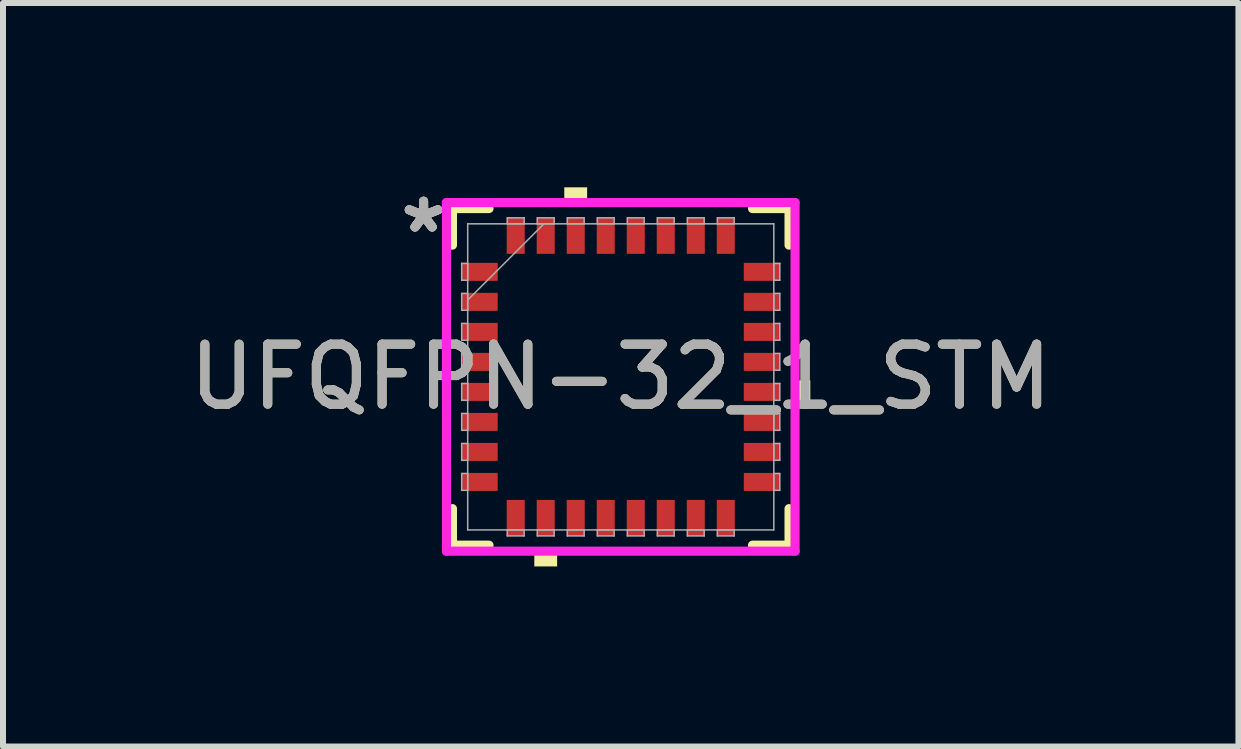
<source format=kicad_pcb>
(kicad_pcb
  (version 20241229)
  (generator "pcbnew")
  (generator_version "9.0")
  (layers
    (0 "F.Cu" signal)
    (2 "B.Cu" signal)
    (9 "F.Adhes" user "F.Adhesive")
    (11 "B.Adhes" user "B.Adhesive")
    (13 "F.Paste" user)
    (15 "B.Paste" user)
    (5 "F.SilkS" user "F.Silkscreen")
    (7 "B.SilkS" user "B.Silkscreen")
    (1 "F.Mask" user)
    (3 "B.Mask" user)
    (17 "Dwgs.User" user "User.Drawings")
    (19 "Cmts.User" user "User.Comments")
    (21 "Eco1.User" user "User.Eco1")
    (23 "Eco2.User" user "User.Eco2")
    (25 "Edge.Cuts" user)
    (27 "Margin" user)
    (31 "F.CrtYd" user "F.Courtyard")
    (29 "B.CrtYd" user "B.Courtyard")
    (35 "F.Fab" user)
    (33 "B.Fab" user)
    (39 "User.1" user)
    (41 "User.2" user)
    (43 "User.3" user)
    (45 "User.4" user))
  (footprint "UFQFPN-32_1_STM"
    (layer "F.Cu")
    (at 7.292 3.229)
    (property "Reference" "UFQFPN-32_1_STM" (at 0 0 0) (unlocked yes) (layer "F.SilkS") (effects (font (size 1 1) (thickness 0.15))))
    (attr smd)
    (fp_poly (pts (xy -2.65 -1.9) (xy -2.65 -1.6) (xy -2.05 -1.6) (xy -2.05 -1.9)) (stroke (width 0) (type solid)) (fill yes) (layer "F.Mask"))
    (fp_poly (pts (xy -2.65 -1.4) (xy -2.65 -1.1) (xy -2.05 -1.1) (xy -2.05 -1.4)) (stroke (width 0) (type solid)) (fill yes) (layer "F.Mask"))
    (fp_poly (pts (xy -2.65 -0.9) (xy -2.65 -0.6) (xy -2.05 -0.6) (xy -2.05 -0.9)) (stroke (width 0) (type solid)) (fill yes) (layer "F.Mask"))
    (fp_poly (pts (xy -2.65 -0.4) (xy -2.65 -0.1) (xy -2.05 -0.1) (xy -2.05 -0.4)) (stroke (width 0) (type solid)) (fill yes) (layer "F.Mask"))
    (fp_poly (pts (xy -2.65 0.1) (xy -2.65 0.4) (xy -2.05 0.4) (xy -2.05 0.1)) (stroke (width 0) (type solid)) (fill yes) (layer "F.Mask"))
    (fp_poly (pts (xy -2.65 0.6) (xy -2.65 0.9) (xy -2.05 0.9) (xy -2.05 0.6)) (stroke (width 0) (type solid)) (fill yes) (layer "F.Mask"))
    (fp_poly (pts (xy -2.65 1.1) (xy -2.65 1.4) (xy -2.05 1.4) (xy -2.05 1.1)) (stroke (width 0) (type solid)) (fill yes) (layer "F.Mask"))
    (fp_poly (pts (xy -2.65 1.6) (xy -2.65 1.9) (xy -2.05 1.9) (xy -2.05 1.6)) (stroke (width 0) (type solid)) (fill yes) (layer "F.Mask"))
    (fp_poly (pts (xy -1.9 -2.65) (xy -1.9 -2.05) (xy -1.6 -2.05) (xy -1.6 -2.65)) (stroke (width 0) (type solid)) (fill yes) (layer "F.Mask"))
    (fp_poly (pts (xy -1.9 2.05) (xy -1.9 2.65) (xy -1.6 2.65) (xy -1.6 2.05)) (stroke (width 0) (type solid)) (fill yes) (layer "F.Mask"))
    (fp_poly (pts (xy -1.4 -2.65) (xy -1.4 -2.05) (xy -1.1 -2.05) (xy -1.1 -2.65)) (stroke (width 0) (type solid)) (fill yes) (layer "F.Mask"))
    (fp_poly (pts (xy -1.4 2.05) (xy -1.4 2.65) (xy -1.1 2.65) (xy -1.1 2.05)) (stroke (width 0) (type solid)) (fill yes) (layer "F.Mask"))
    (fp_poly (pts (xy -0.9 -2.65) (xy -0.9 -2.05) (xy -0.6 -2.05) (xy -0.6 -2.65)) (stroke (width 0) (type solid)) (fill yes) (layer "F.Mask"))
    (fp_poly (pts (xy -0.9 2.05) (xy -0.9 2.65) (xy -0.6 2.65) (xy -0.6 2.05)) (stroke (width 0) (type solid)) (fill yes) (layer "F.Mask"))
    (fp_poly (pts (xy -0.4 -2.65) (xy -0.4 -2.05) (xy -0.1 -2.05) (xy -0.1 -2.65)) (stroke (width 0) (type solid)) (fill yes) (layer "F.Mask"))
    (fp_poly (pts (xy -0.4 2.05) (xy -0.4 2.65) (xy -0.1 2.65) (xy -0.1 2.05)) (stroke (width 0) (type solid)) (fill yes) (layer "F.Mask"))
    (fp_poly (pts (xy 0.1 -2.65) (xy 0.1 -2.05) (xy 0.4 -2.05) (xy 0.4 -2.65)) (stroke (width 0) (type solid)) (fill yes) (layer "F.Mask"))
    (fp_poly (pts (xy 0.1 2.05) (xy 0.1 2.65) (xy 0.4 2.65) (xy 0.4 2.05)) (stroke (width 0) (type solid)) (fill yes) (layer "F.Mask"))
    (fp_poly (pts (xy 0.6 -2.65) (xy 0.6 -2.05) (xy 0.9 -2.05) (xy 0.9 -2.65)) (stroke (width 0) (type solid)) (fill yes) (layer "F.Mask"))
    (fp_poly (pts (xy 0.6 2.05) (xy 0.6 2.65) (xy 0.9 2.65) (xy 0.9 2.05)) (stroke (width 0) (type solid)) (fill yes) (layer "F.Mask"))
    (fp_poly (pts (xy 1.1 -2.65) (xy 1.1 -2.05) (xy 1.4 -2.05) (xy 1.4 -2.65)) (stroke (width 0) (type solid)) (fill yes) (layer "F.Mask"))
    (fp_poly (pts (xy 1.1 2.05) (xy 1.1 2.65) (xy 1.4 2.65) (xy 1.4 2.05)) (stroke (width 0) (type solid)) (fill yes) (layer "F.Mask"))
    (fp_poly (pts (xy 1.6 -2.65) (xy 1.6 -2.05) (xy 1.9 -2.05) (xy 1.9 -2.65)) (stroke (width 0) (type solid)) (fill yes) (layer "F.Mask"))
    (fp_poly (pts (xy 1.6 2.05) (xy 1.6 2.65) (xy 1.9 2.65) (xy 1.9 2.05)) (stroke (width 0) (type solid)) (fill yes) (layer "F.Mask"))
    (fp_poly (pts (xy 2.05 -1.9) (xy 2.05 -1.6) (xy 2.65 -1.6) (xy 2.65 -1.9)) (stroke (width 0) (type solid)) (fill yes) (layer "F.Mask"))
    (fp_poly (pts (xy 2.05 -1.4) (xy 2.05 -1.1) (xy 2.65 -1.1) (xy 2.65 -1.4)) (stroke (width 0) (type solid)) (fill yes) (layer "F.Mask"))
    (fp_poly (pts (xy 2.05 -0.9) (xy 2.05 -0.6) (xy 2.65 -0.6) (xy 2.65 -0.9)) (stroke (width 0) (type solid)) (fill yes) (layer "F.Mask"))
    (fp_poly (pts (xy 2.05 -0.4) (xy 2.05 -0.1) (xy 2.65 -0.1) (xy 2.65 -0.4)) (stroke (width 0) (type solid)) (fill yes) (layer "F.Mask"))
    (fp_poly (pts (xy 2.05 0.1) (xy 2.05 0.4) (xy 2.65 0.4) (xy 2.65 0.1)) (stroke (width 0) (type solid)) (fill yes) (layer "F.Mask"))
    (fp_poly (pts (xy 2.05 0.6) (xy 2.05 0.9) (xy 2.65 0.9) (xy 2.65 0.6)) (stroke (width 0) (type solid)) (fill yes) (layer "F.Mask"))
    (fp_poly (pts (xy 2.05 1.1) (xy 2.05 1.4) (xy 2.65 1.4) (xy 2.65 1.1)) (stroke (width 0) (type solid)) (fill yes) (layer "F.Mask"))
    (fp_poly (pts (xy 2.05 1.6) (xy 2.05 1.9) (xy 2.65 1.9) (xy 2.65 1.6)) (stroke (width 0) (type solid)) (fill yes) (layer "F.Mask"))
    (fp_line (start -2.804 -2.804) (end -2.804 -2.195) (stroke (width 0.152) (type solid)) (layer "F.SilkS"))
    (fp_line (start -2.804 2.195) (end -2.804 2.804) (stroke (width 0.152) (type solid)) (layer "F.SilkS"))
    (fp_line (start -2.804 2.804) (end -2.195 2.804) (stroke (width 0.152) (type solid)) (layer "F.SilkS"))
    (fp_line (start -2.195 -2.804) (end -2.804 -2.804) (stroke (width 0.152) (type solid)) (layer "F.SilkS"))
    (fp_line (start 2.195 2.804) (end 2.804 2.804) (stroke (width 0.152) (type solid)) (layer "F.SilkS"))
    (fp_line (start 2.804 -2.804) (end 2.195 -2.804) (stroke (width 0.152) (type solid)) (layer "F.SilkS"))
    (fp_line (start 2.804 -2.195) (end 2.804 -2.804) (stroke (width 0.152) (type solid)) (layer "F.SilkS"))
    (fp_line (start 2.804 2.804) (end 2.804 2.195) (stroke (width 0.152) (type solid)) (layer "F.SilkS"))
    (fp_poly (pts (xy -1.44 2.904) (xy -1.44 3.158) (xy -1.06 3.158) (xy -1.06 2.904)) (stroke (width 0) (type solid)) (fill yes) (layer "F.SilkS"))
    (fp_poly (pts (xy -0.941 -2.904) (xy -0.941 -3.158) (xy -0.56 -3.158) (xy -0.56 -2.904)) (stroke (width 0) (type solid)) (fill yes) (layer "F.SilkS"))
    (fp_poly (pts (xy 3.158 0.059) (xy 3.158 0.441) (xy 2.904 0.441) (xy 2.904 0.059)) (stroke (width 0) (type solid)) (fill yes) (layer "F.SilkS"))
    (fp_poly (pts (xy -2.65 -1.9) (xy -2.65 -1.6) (xy -2.05 -1.6) (xy -2.05 -1.9)) (stroke (width 0) (type solid)) (fill yes) (layer "F.Paste"))
    (fp_poly (pts (xy -2.65 -1.4) (xy -2.65 -1.1) (xy -2.05 -1.1) (xy -2.05 -1.4)) (stroke (width 0) (type solid)) (fill yes) (layer "F.Paste"))
    (fp_poly (pts (xy -2.65 -0.9) (xy -2.65 -0.6) (xy -2.05 -0.6) (xy -2.05 -0.9)) (stroke (width 0) (type solid)) (fill yes) (layer "F.Paste"))
    (fp_poly (pts (xy -2.65 -0.4) (xy -2.65 -0.1) (xy -2.05 -0.1) (xy -2.05 -0.4)) (stroke (width 0) (type solid)) (fill yes) (layer "F.Paste"))
    (fp_poly (pts (xy -2.65 0.1) (xy -2.65 0.4) (xy -2.05 0.4) (xy -2.05 0.1)) (stroke (width 0) (type solid)) (fill yes) (layer "F.Paste"))
    (fp_poly (pts (xy -2.65 0.6) (xy -2.65 0.9) (xy -2.05 0.9) (xy -2.05 0.6)) (stroke (width 0) (type solid)) (fill yes) (layer "F.Paste"))
    (fp_poly (pts (xy -2.65 1.1) (xy -2.65 1.4) (xy -2.05 1.4) (xy -2.05 1.1)) (stroke (width 0) (type solid)) (fill yes) (layer "F.Paste"))
    (fp_poly (pts (xy -2.65 1.6) (xy -2.65 1.9) (xy -2.05 1.9) (xy -2.05 1.6)) (stroke (width 0) (type solid)) (fill yes) (layer "F.Paste"))
    (fp_poly (pts (xy -1.9 -2.65) (xy -1.9 -2.05) (xy -1.6 -2.05) (xy -1.6 -2.65)) (stroke (width 0) (type solid)) (fill yes) (layer "F.Paste"))
    (fp_poly (pts (xy -1.9 2.05) (xy -1.9 2.65) (xy -1.6 2.65) (xy -1.6 2.05)) (stroke (width 0) (type solid)) (fill yes) (layer "F.Paste"))
    (fp_poly (pts (xy -1.4 -2.65) (xy -1.4 -2.05) (xy -1.1 -2.05) (xy -1.1 -2.65)) (stroke (width 0) (type solid)) (fill yes) (layer "F.Paste"))
    (fp_poly (pts (xy -1.4 2.05) (xy -1.4 2.65) (xy -1.1 2.65) (xy -1.1 2.05)) (stroke (width 0) (type solid)) (fill yes) (layer "F.Paste"))
    (fp_poly (pts (xy -0.9 -2.65) (xy -0.9 -2.05) (xy -0.6 -2.05) (xy -0.6 -2.65)) (stroke (width 0) (type solid)) (fill yes) (layer "F.Paste"))
    (fp_poly (pts (xy -0.9 2.05) (xy -0.9 2.65) (xy -0.6 2.65) (xy -0.6 2.05)) (stroke (width 0) (type solid)) (fill yes) (layer "F.Paste"))
    (fp_poly (pts (xy -0.4 -2.65) (xy -0.4 -2.05) (xy -0.1 -2.05) (xy -0.1 -2.65)) (stroke (width 0) (type solid)) (fill yes) (layer "F.Paste"))
    (fp_poly (pts (xy -0.4 2.05) (xy -0.4 2.65) (xy -0.1 2.65) (xy -0.1 2.05)) (stroke (width 0) (type solid)) (fill yes) (layer "F.Paste"))
    (fp_poly (pts (xy 0.1 -2.65) (xy 0.1 -2.05) (xy 0.4 -2.05) (xy 0.4 -2.65)) (stroke (width 0) (type solid)) (fill yes) (layer "F.Paste"))
    (fp_poly (pts (xy 0.1 2.05) (xy 0.1 2.65) (xy 0.4 2.65) (xy 0.4 2.05)) (stroke (width 0) (type solid)) (fill yes) (layer "F.Paste"))
    (fp_poly (pts (xy 0.6 -2.65) (xy 0.6 -2.05) (xy 0.9 -2.05) (xy 0.9 -2.65)) (stroke (width 0) (type solid)) (fill yes) (layer "F.Paste"))
    (fp_poly (pts (xy 0.6 2.05) (xy 0.6 2.65) (xy 0.9 2.65) (xy 0.9 2.05)) (stroke (width 0) (type solid)) (fill yes) (layer "F.Paste"))
    (fp_poly (pts (xy 1.1 -2.65) (xy 1.1 -2.05) (xy 1.4 -2.05) (xy 1.4 -2.65)) (stroke (width 0) (type solid)) (fill yes) (layer "F.Paste"))
    (fp_poly (pts (xy 1.1 2.05) (xy 1.1 2.65) (xy 1.4 2.65) (xy 1.4 2.05)) (stroke (width 0) (type solid)) (fill yes) (layer "F.Paste"))
    (fp_poly (pts (xy 1.6 -2.65) (xy 1.6 -2.05) (xy 1.9 -2.05) (xy 1.9 -2.65)) (stroke (width 0) (type solid)) (fill yes) (layer "F.Paste"))
    (fp_poly (pts (xy 1.6 2.05) (xy 1.6 2.65) (xy 1.9 2.65) (xy 1.9 2.05)) (stroke (width 0) (type solid)) (fill yes) (layer "F.Paste"))
    (fp_poly (pts (xy 2.05 -1.9) (xy 2.05 -1.6) (xy 2.65 -1.6) (xy 2.65 -1.9)) (stroke (width 0) (type solid)) (fill yes) (layer "F.Paste"))
    (fp_poly (pts (xy 2.05 -1.4) (xy 2.05 -1.1) (xy 2.65 -1.1) (xy 2.65 -1.4)) (stroke (width 0) (type solid)) (fill yes) (layer "F.Paste"))
    (fp_poly (pts (xy 2.05 -0.9) (xy 2.05 -0.6) (xy 2.65 -0.6) (xy 2.65 -0.9)) (stroke (width 0) (type solid)) (fill yes) (layer "F.Paste"))
    (fp_poly (pts (xy 2.05 -0.4) (xy 2.05 -0.1) (xy 2.65 -0.1) (xy 2.65 -0.4)) (stroke (width 0) (type solid)) (fill yes) (layer "F.Paste"))
    (fp_poly (pts (xy 2.05 0.1) (xy 2.05 0.4) (xy 2.65 0.4) (xy 2.65 0.1)) (stroke (width 0) (type solid)) (fill yes) (layer "F.Paste"))
    (fp_poly (pts (xy 2.05 0.6) (xy 2.05 0.9) (xy 2.65 0.9) (xy 2.65 0.6)) (stroke (width 0) (type solid)) (fill yes) (layer "F.Paste"))
    (fp_poly (pts (xy 2.05 1.1) (xy 2.05 1.4) (xy 2.65 1.4) (xy 2.65 1.1)) (stroke (width 0) (type solid)) (fill yes) (layer "F.Paste"))
    (fp_poly (pts (xy 2.05 1.6) (xy 2.05 1.9) (xy 2.65 1.9) (xy 2.65 1.6)) (stroke (width 0) (type solid)) (fill yes) (layer "F.Paste"))
    (fp_line (start -2.904 -2.904) (end 2.904 -2.904) (stroke (width 0.152) (type solid)) (layer "F.CrtYd"))
    (fp_line (start -2.904 2.904) (end -2.904 -2.904) (stroke (width 0.152) (type solid)) (layer "F.CrtYd"))
    (fp_line (start 2.904 -2.904) (end 2.904 2.904) (stroke (width 0.152) (type solid)) (layer "F.CrtYd"))
    (fp_line (start 2.904 2.904) (end -2.904 2.904) (stroke (width 0.152) (type solid)) (layer "F.CrtYd"))
    (fp_line (start -2.65 -1.89) (end -2.65 -1.61) (stroke (width 0.025) (type solid)) (layer "F.Fab"))
    (fp_line (start -2.65 -1.61) (end -2.55 -1.61) (stroke (width 0.025) (type solid)) (layer "F.Fab"))
    (fp_line (start -2.65 -1.39) (end -2.65 -1.11) (stroke (width 0.025) (type solid)) (layer "F.Fab"))
    (fp_line (start -2.65 -1.11) (end -2.55 -1.11) (stroke (width 0.025) (type solid)) (layer "F.Fab"))
    (fp_line (start -2.65 -0.89) (end -2.65 -0.61) (stroke (width 0.025) (type solid)) (layer "F.Fab"))
    (fp_line (start -2.65 -0.61) (end -2.55 -0.61) (stroke (width 0.025) (type solid)) (layer "F.Fab"))
    (fp_line (start -2.65 -0.39) (end -2.65 -0.11) (stroke (width 0.025) (type solid)) (layer "F.Fab"))
    (fp_line (start -2.65 -0.11) (end -2.55 -0.11) (stroke (width 0.025) (type solid)) (layer "F.Fab"))
    (fp_line (start -2.65 0.11) (end -2.65 0.39) (stroke (width 0.025) (type solid)) (layer "F.Fab"))
    (fp_line (start -2.65 0.39) (end -2.55 0.39) (stroke (width 0.025) (type solid)) (layer "F.Fab"))
    (fp_line (start -2.65 0.61) (end -2.65 0.89) (stroke (width 0.025) (type solid)) (layer "F.Fab"))
    (fp_line (start -2.65 0.89) (end -2.55 0.89) (stroke (width 0.025) (type solid)) (layer "F.Fab"))
    (fp_line (start -2.65 1.11) (end -2.65 1.39) (stroke (width 0.025) (type solid)) (layer "F.Fab"))
    (fp_line (start -2.65 1.39) (end -2.55 1.39) (stroke (width 0.025) (type solid)) (layer "F.Fab"))
    (fp_line (start -2.65 1.61) (end -2.65 1.89) (stroke (width 0.025) (type solid)) (layer "F.Fab"))
    (fp_line (start -2.65 1.89) (end -2.55 1.89) (stroke (width 0.025) (type solid)) (layer "F.Fab"))
    (fp_line (start -2.55 -2.55) (end -2.55 2.55) (stroke (width 0.025) (type solid)) (layer "F.Fab"))
    (fp_line (start -2.55 -1.89) (end -2.65 -1.89) (stroke (width 0.025) (type solid)) (layer "F.Fab"))
    (fp_line (start -2.55 -1.61) (end -2.55 -1.89) (stroke (width 0.025) (type solid)) (layer "F.Fab"))
    (fp_line (start -2.55 -1.39) (end -2.65 -1.39) (stroke (width 0.025) (type solid)) (layer "F.Fab"))
    (fp_line (start -2.55 -1.28) (end -1.28 -2.55) (stroke (width 0.025) (type solid)) (layer "F.Fab"))
    (fp_line (start -2.55 -1.11) (end -2.55 -1.39) (stroke (width 0.025) (type solid)) (layer "F.Fab"))
    (fp_line (start -2.55 -0.89) (end -2.65 -0.89) (stroke (width 0.025) (type solid)) (layer "F.Fab"))
    (fp_line (start -2.55 -0.61) (end -2.55 -0.89) (stroke (width 0.025) (type solid)) (layer "F.Fab"))
    (fp_line (start -2.55 -0.39) (end -2.65 -0.39) (stroke (width 0.025) (type solid)) (layer "F.Fab"))
    (fp_line (start -2.55 -0.11) (end -2.55 -0.39) (stroke (width 0.025) (type solid)) (layer "F.Fab"))
    (fp_line (start -2.55 0.11) (end -2.65 0.11) (stroke (width 0.025) (type solid)) (layer "F.Fab"))
    (fp_line (start -2.55 0.39) (end -2.55 0.11) (stroke (width 0.025) (type solid)) (layer "F.Fab"))
    (fp_line (start -2.55 0.61) (end -2.65 0.61) (stroke (width 0.025) (type solid)) (layer "F.Fab"))
    (fp_line (start -2.55 0.89) (end -2.55 0.61) (stroke (width 0.025) (type solid)) (layer "F.Fab"))
    (fp_line (start -2.55 1.11) (end -2.65 1.11) (stroke (width 0.025) (type solid)) (layer "F.Fab"))
    (fp_line (start -2.55 1.39) (end -2.55 1.11) (stroke (width 0.025) (type solid)) (layer "F.Fab"))
    (fp_line (start -2.55 1.61) (end -2.65 1.61) (stroke (width 0.025) (type solid)) (layer "F.Fab"))
    (fp_line (start -2.55 1.89) (end -2.55 1.61) (stroke (width 0.025) (type solid)) (layer "F.Fab"))
    (fp_line (start -2.55 2.55) (end 2.55 2.55) (stroke (width 0.025) (type solid)) (layer "F.Fab"))
    (fp_line (start -1.89 -2.65) (end -1.89 -2.55) (stroke (width 0.025) (type solid)) (layer "F.Fab"))
    (fp_line (start -1.89 -2.55) (end -1.61 -2.55) (stroke (width 0.025) (type solid)) (layer "F.Fab"))
    (fp_line (start -1.89 2.55) (end -1.89 2.65) (stroke (width 0.025) (type solid)) (layer "F.Fab"))
    (fp_line (start -1.89 2.65) (end -1.61 2.65) (stroke (width 0.025) (type solid)) (layer "F.Fab"))
    (fp_line (start -1.61 -2.65) (end -1.89 -2.65) (stroke (width 0.025) (type solid)) (layer "F.Fab"))
    (fp_line (start -1.61 -2.55) (end -1.61 -2.65) (stroke (width 0.025) (type solid)) (layer "F.Fab"))
    (fp_line (start -1.61 2.55) (end -1.89 2.55) (stroke (width 0.025) (type solid)) (layer "F.Fab"))
    (fp_line (start -1.61 2.65) (end -1.61 2.55) (stroke (width 0.025) (type solid)) (layer "F.Fab"))
    (fp_line (start -1.39 -2.65) (end -1.39 -2.55) (stroke (width 0.025) (type solid)) (layer "F.Fab"))
    (fp_line (start -1.39 -2.55) (end -1.11 -2.55) (stroke (width 0.025) (type solid)) (layer "F.Fab"))
    (fp_line (start -1.39 2.55) (end -1.39 2.65) (stroke (width 0.025) (type solid)) (layer "F.Fab"))
    (fp_line (start -1.39 2.65) (end -1.11 2.65) (stroke (width 0.025) (type solid)) (layer "F.Fab"))
    (fp_line (start -1.11 -2.65) (end -1.39 -2.65) (stroke (width 0.025) (type solid)) (layer "F.Fab"))
    (fp_line (start -1.11 -2.55) (end -1.11 -2.65) (stroke (width 0.025) (type solid)) (layer "F.Fab"))
    (fp_line (start -1.11 2.55) (end -1.39 2.55) (stroke (width 0.025) (type solid)) (layer "F.Fab"))
    (fp_line (start -1.11 2.65) (end -1.11 2.55) (stroke (width 0.025) (type solid)) (layer "F.Fab"))
    (fp_line (start -0.89 -2.65) (end -0.89 -2.55) (stroke (width 0.025) (type solid)) (layer "F.Fab"))
    (fp_line (start -0.89 -2.55) (end -0.61 -2.55) (stroke (width 0.025) (type solid)) (layer "F.Fab"))
    (fp_line (start -0.89 2.55) (end -0.89 2.65) (stroke (width 0.025) (type solid)) (layer "F.Fab"))
    (fp_line (start -0.89 2.65) (end -0.61 2.65) (stroke (width 0.025) (type solid)) (layer "F.Fab"))
    (fp_line (start -0.61 -2.65) (end -0.89 -2.65) (stroke (width 0.025) (type solid)) (layer "F.Fab"))
    (fp_line (start -0.61 -2.55) (end -0.61 -2.65) (stroke (width 0.025) (type solid)) (layer "F.Fab"))
    (fp_line (start -0.61 2.55) (end -0.89 2.55) (stroke (width 0.025) (type solid)) (layer "F.Fab"))
    (fp_line (start -0.61 2.65) (end -0.61 2.55) (stroke (width 0.025) (type solid)) (layer "F.Fab"))
    (fp_line (start -0.39 -2.65) (end -0.39 -2.55) (stroke (width 0.025) (type solid)) (layer "F.Fab"))
    (fp_line (start -0.39 -2.55) (end -0.11 -2.55) (stroke (width 0.025) (type solid)) (layer "F.Fab"))
    (fp_line (start -0.39 2.55) (end -0.39 2.65) (stroke (width 0.025) (type solid)) (layer "F.Fab"))
    (fp_line (start -0.39 2.65) (end -0.11 2.65) (stroke (width 0.025) (type solid)) (layer "F.Fab"))
    (fp_line (start -0.11 -2.65) (end -0.39 -2.65) (stroke (width 0.025) (type solid)) (layer "F.Fab"))
    (fp_line (start -0.11 -2.55) (end -0.11 -2.65) (stroke (width 0.025) (type solid)) (layer "F.Fab"))
    (fp_line (start -0.11 2.55) (end -0.39 2.55) (stroke (width 0.025) (type solid)) (layer "F.Fab"))
    (fp_line (start -0.11 2.65) (end -0.11 2.55) (stroke (width 0.025) (type solid)) (layer "F.Fab"))
    (fp_line (start 0.11 -2.65) (end 0.11 -2.55) (stroke (width 0.025) (type solid)) (layer "F.Fab"))
    (fp_line (start 0.11 -2.55) (end 0.39 -2.55) (stroke (width 0.025) (type solid)) (layer "F.Fab"))
    (fp_line (start 0.11 2.55) (end 0.11 2.65) (stroke (width 0.025) (type solid)) (layer "F.Fab"))
    (fp_line (start 0.11 2.65) (end 0.39 2.65) (stroke (width 0.025) (type solid)) (layer "F.Fab"))
    (fp_line (start 0.39 -2.65) (end 0.11 -2.65) (stroke (width 0.025) (type solid)) (layer "F.Fab"))
    (fp_line (start 0.39 -2.55) (end 0.39 -2.65) (stroke (width 0.025) (type solid)) (layer "F.Fab"))
    (fp_line (start 0.39 2.55) (end 0.11 2.55) (stroke (width 0.025) (type solid)) (layer "F.Fab"))
    (fp_line (start 0.39 2.65) (end 0.39 2.55) (stroke (width 0.025) (type solid)) (layer "F.Fab"))
    (fp_line (start 0.61 -2.65) (end 0.61 -2.55) (stroke (width 0.025) (type solid)) (layer "F.Fab"))
    (fp_line (start 0.61 -2.55) (end 0.89 -2.55) (stroke (width 0.025) (type solid)) (layer "F.Fab"))
    (fp_line (start 0.61 2.55) (end 0.61 2.65) (stroke (width 0.025) (type solid)) (layer "F.Fab"))
    (fp_line (start 0.61 2.65) (end 0.89 2.65) (stroke (width 0.025) (type solid)) (layer "F.Fab"))
    (fp_line (start 0.89 -2.65) (end 0.61 -2.65) (stroke (width 0.025) (type solid)) (layer "F.Fab"))
    (fp_line (start 0.89 -2.55) (end 0.89 -2.65) (stroke (width 0.025) (type solid)) (layer "F.Fab"))
    (fp_line (start 0.89 2.55) (end 0.61 2.55) (stroke (width 0.025) (type solid)) (layer "F.Fab"))
    (fp_line (start 0.89 2.65) (end 0.89 2.55) (stroke (width 0.025) (type solid)) (layer "F.Fab"))
    (fp_line (start 1.11 -2.65) (end 1.11 -2.55) (stroke (width 0.025) (type solid)) (layer "F.Fab"))
    (fp_line (start 1.11 -2.55) (end 1.39 -2.55) (stroke (width 0.025) (type solid)) (layer "F.Fab"))
    (fp_line (start 1.11 2.55) (end 1.11 2.65) (stroke (width 0.025) (type solid)) (layer "F.Fab"))
    (fp_line (start 1.11 2.65) (end 1.39 2.65) (stroke (width 0.025) (type solid)) (layer "F.Fab"))
    (fp_line (start 1.39 -2.65) (end 1.11 -2.65) (stroke (width 0.025) (type solid)) (layer "F.Fab"))
    (fp_line (start 1.39 -2.55) (end 1.39 -2.65) (stroke (width 0.025) (type solid)) (layer "F.Fab"))
    (fp_line (start 1.39 2.55) (end 1.11 2.55) (stroke (width 0.025) (type solid)) (layer "F.Fab"))
    (fp_line (start 1.39 2.65) (end 1.39 2.55) (stroke (width 0.025) (type solid)) (layer "F.Fab"))
    (fp_line (start 1.61 -2.65) (end 1.61 -2.55) (stroke (width 0.025) (type solid)) (layer "F.Fab"))
    (fp_line (start 1.61 -2.55) (end 1.89 -2.55) (stroke (width 0.025) (type solid)) (layer "F.Fab"))
    (fp_line (start 1.61 2.55) (end 1.61 2.65) (stroke (width 0.025) (type solid)) (layer "F.Fab"))
    (fp_line (start 1.61 2.65) (end 1.89 2.65) (stroke (width 0.025) (type solid)) (layer "F.Fab"))
    (fp_line (start 1.89 -2.65) (end 1.61 -2.65) (stroke (width 0.025) (type solid)) (layer "F.Fab"))
    (fp_line (start 1.89 -2.55) (end 1.89 -2.65) (stroke (width 0.025) (type solid)) (layer "F.Fab"))
    (fp_line (start 1.89 2.55) (end 1.61 2.55) (stroke (width 0.025) (type solid)) (layer "F.Fab"))
    (fp_line (start 1.89 2.65) (end 1.89 2.55) (stroke (width 0.025) (type solid)) (layer "F.Fab"))
    (fp_line (start 2.55 -2.55) (end -2.55 -2.55) (stroke (width 0.025) (type solid)) (layer "F.Fab"))
    (fp_line (start 2.55 -1.89) (end 2.55 -1.61) (stroke (width 0.025) (type solid)) (layer "F.Fab"))
    (fp_line (start 2.55 -1.61) (end 2.65 -1.61) (stroke (width 0.025) (type solid)) (layer "F.Fab"))
    (fp_line (start 2.55 -1.39) (end 2.55 -1.11) (stroke (width 0.025) (type solid)) (layer "F.Fab"))
    (fp_line (start 2.55 -1.11) (end 2.65 -1.11) (stroke (width 0.025) (type solid)) (layer "F.Fab"))
    (fp_line (start 2.55 -0.89) (end 2.55 -0.61) (stroke (width 0.025) (type solid)) (layer "F.Fab"))
    (fp_line (start 2.55 -0.61) (end 2.65 -0.61) (stroke (width 0.025) (type solid)) (layer "F.Fab"))
    (fp_line (start 2.55 -0.39) (end 2.55 -0.11) (stroke (width 0.025) (type solid)) (layer "F.Fab"))
    (fp_line (start 2.55 -0.11) (end 2.65 -0.11) (stroke (width 0.025) (type solid)) (layer "F.Fab"))
    (fp_line (start 2.55 0.11) (end 2.55 0.39) (stroke (width 0.025) (type solid)) (layer "F.Fab"))
    (fp_line (start 2.55 0.39) (end 2.65 0.39) (stroke (width 0.025) (type solid)) (layer "F.Fab"))
    (fp_line (start 2.55 0.61) (end 2.55 0.89) (stroke (width 0.025) (type solid)) (layer "F.Fab"))
    (fp_line (start 2.55 0.89) (end 2.65 0.89) (stroke (width 0.025) (type solid)) (layer "F.Fab"))
    (fp_line (start 2.55 1.11) (end 2.55 1.39) (stroke (width 0.025) (type solid)) (layer "F.Fab"))
    (fp_line (start 2.55 1.39) (end 2.65 1.39) (stroke (width 0.025) (type solid)) (layer "F.Fab"))
    (fp_line (start 2.55 1.61) (end 2.55 1.89) (stroke (width 0.025) (type solid)) (layer "F.Fab"))
    (fp_line (start 2.55 1.89) (end 2.65 1.89) (stroke (width 0.025) (type solid)) (layer "F.Fab"))
    (fp_line (start 2.55 2.55) (end 2.55 -2.55) (stroke (width 0.025) (type solid)) (layer "F.Fab"))
    (fp_line (start 2.65 -1.89) (end 2.55 -1.89) (stroke (width 0.025) (type solid)) (layer "F.Fab"))
    (fp_line (start 2.65 -1.61) (end 2.65 -1.89) (stroke (width 0.025) (type solid)) (layer "F.Fab"))
    (fp_line (start 2.65 -1.39) (end 2.55 -1.39) (stroke (width 0.025) (type solid)) (layer "F.Fab"))
    (fp_line (start 2.65 -1.11) (end 2.65 -1.39) (stroke (width 0.025) (type solid)) (layer "F.Fab"))
    (fp_line (start 2.65 -0.89) (end 2.55 -0.89) (stroke (width 0.025) (type solid)) (layer "F.Fab"))
    (fp_line (start 2.65 -0.61) (end 2.65 -0.89) (stroke (width 0.025) (type solid)) (layer "F.Fab"))
    (fp_line (start 2.65 -0.39) (end 2.55 -0.39) (stroke (width 0.025) (type solid)) (layer "F.Fab"))
    (fp_line (start 2.65 -0.11) (end 2.65 -0.39) (stroke (width 0.025) (type solid)) (layer "F.Fab"))
    (fp_line (start 2.65 0.11) (end 2.55 0.11) (stroke (width 0.025) (type solid)) (layer "F.Fab"))
    (fp_line (start 2.65 0.39) (end 2.65 0.11) (stroke (width 0.025) (type solid)) (layer "F.Fab"))
    (fp_line (start 2.65 0.61) (end 2.55 0.61) (stroke (width 0.025) (type solid)) (layer "F.Fab"))
    (fp_line (start 2.65 0.89) (end 2.65 0.61) (stroke (width 0.025) (type solid)) (layer "F.Fab"))
    (fp_line (start 2.65 1.11) (end 2.55 1.11) (stroke (width 0.025) (type solid)) (layer "F.Fab"))
    (fp_line (start 2.65 1.39) (end 2.65 1.11) (stroke (width 0.025) (type solid)) (layer "F.Fab"))
    (fp_line (start 2.65 1.61) (end 2.55 1.61) (stroke (width 0.025) (type solid)) (layer "F.Fab"))
    (fp_line (start 2.65 1.89) (end 2.65 1.61) (stroke (width 0.025) (type solid)) (layer "F.Fab"))
    (fp_text user "*" (at -3.285 -2.381 0) (unlocked yes) (layer "F.SilkS") (effects (font (size 1 1) (thickness 0.15))))
    (fp_text user "*" (at -3.285 -2.381 0) (layer "F.SilkS") (effects (font (size 1 1) (thickness 0.15))))
    (fp_text user "*" (at -3.285 -2.381 0) (unlocked yes) (layer "F.Fab") (effects (font (size 1 1) (thickness 0.15))))
    (fp_text user "*" (at -3.285 -2.381 0) (layer "F.Fab") (effects (font (size 1 1) (thickness 0.15))))
    (fp_text user "${REFERENCE}" (at 0 0 0) (unlocked yes) (layer "F.Fab") (effects (font (size 1 1) (thickness 0.15))))
    (pad "1" smd rect (at -2.35 -1.75 90) (size 0.3 0.6) (layers "F.Cu" "F.Mask"))
    (pad "2" smd rect (at -2.35 -1.25 90) (size 0.3 0.6) (layers "F.Cu" "F.Mask"))
    (pad "3" smd rect (at -2.35 -0.75 90) (size 0.3 0.6) (layers "F.Cu" "F.Mask"))
    (pad "4" smd rect (at -2.35 -0.25 90) (size 0.3 0.6) (layers "F.Cu" "F.Mask"))
    (pad "5" smd rect (at -2.35 0.25 90) (size 0.3 0.6) (layers "F.Cu" "F.Mask"))
    (pad "6" smd rect (at -2.35 0.75 90) (size 0.3 0.6) (layers "F.Cu" "F.Mask"))
    (pad "7" smd rect (at -2.35 1.25 90) (size 0.3 0.6) (layers "F.Cu" "F.Mask"))
    (pad "8" smd rect (at -2.35 1.75 90) (size 0.3 0.6) (layers "F.Cu" "F.Mask"))
    (pad "9" smd rect (at -1.75 2.35) (size 0.3 0.6) (layers "F.Cu" "F.Mask"))
    (pad "10" smd rect (at -1.25 2.35) (size 0.3 0.6) (layers "F.Cu" "F.Mask"))
    (pad "11" smd rect (at -0.75 2.35) (size 0.3 0.6) (layers "F.Cu" "F.Mask"))
    (pad "12" smd rect (at -0.25 2.35) (size 0.3 0.6) (layers "F.Cu" "F.Mask"))
    (pad "13" smd rect (at 0.25 2.35) (size 0.3 0.6) (layers "F.Cu" "F.Mask"))
    (pad "14" smd rect (at 0.75 2.35) (size 0.3 0.6) (layers "F.Cu" "F.Mask"))
    (pad "15" smd rect (at 1.25 2.35) (size 0.3 0.6) (layers "F.Cu" "F.Mask"))
    (pad "16" smd rect (at 1.75 2.35) (size 0.3 0.6) (layers "F.Cu" "F.Mask"))
    (pad "17" smd rect (at 2.35 1.75 90) (size 0.3 0.6) (layers "F.Cu" "F.Mask"))
    (pad "18" smd rect (at 2.35 1.25 90) (size 0.3 0.6) (layers "F.Cu" "F.Mask"))
    (pad "19" smd rect (at 2.35 0.75 90) (size 0.3 0.6) (layers "F.Cu" "F.Mask"))
    (pad "20" smd rect (at 2.35 0.25 90) (size 0.3 0.6) (layers "F.Cu" "F.Mask"))
    (pad "21" smd rect (at 2.35 -0.25 90) (size 0.3 0.6) (layers "F.Cu" "F.Mask"))
    (pad "22" smd rect (at 2.35 -0.75 90) (size 0.3 0.6) (layers "F.Cu" "F.Mask"))
    (pad "23" smd rect (at 2.35 -1.25 90) (size 0.3 0.6) (layers "F.Cu" "F.Mask"))
    (pad "24" smd rect (at 2.35 -1.75 90) (size 0.3 0.6) (layers "F.Cu" "F.Mask"))
    (pad "25" smd rect (at 1.75 -2.35) (size 0.3 0.6) (layers "F.Cu" "F.Mask"))
    (pad "26" smd rect (at 1.25 -2.35) (size 0.3 0.6) (layers "F.Cu" "F.Mask"))
    (pad "27" smd rect (at 0.75 -2.35) (size 0.3 0.6) (layers "F.Cu" "F.Mask"))
    (pad "28" smd rect (at 0.25 -2.35) (size 0.3 0.6) (layers "F.Cu" "F.Mask"))
    (pad "29" smd rect (at -0.25 -2.35) (size 0.3 0.6) (layers "F.Cu" "F.Mask"))
    (pad "30" smd rect (at -0.75 -2.35) (size 0.3 0.6) (layers "F.Cu" "F.Mask"))
    (pad "31" smd rect (at -1.25 -2.35) (size 0.3 0.6) (layers "F.Cu" "F.Mask"))
    (pad "32" smd rect (at -1.75 -2.35) (size 0.3 0.6) (layers "F.Cu" "F.Mask")))
  (gr_rect
    (start -3 -3)
    (end 17.583 9.387)
    (stroke (width 0.1) (type default))
    (fill no)
    (layer "Edge.Cuts")))
</source>
